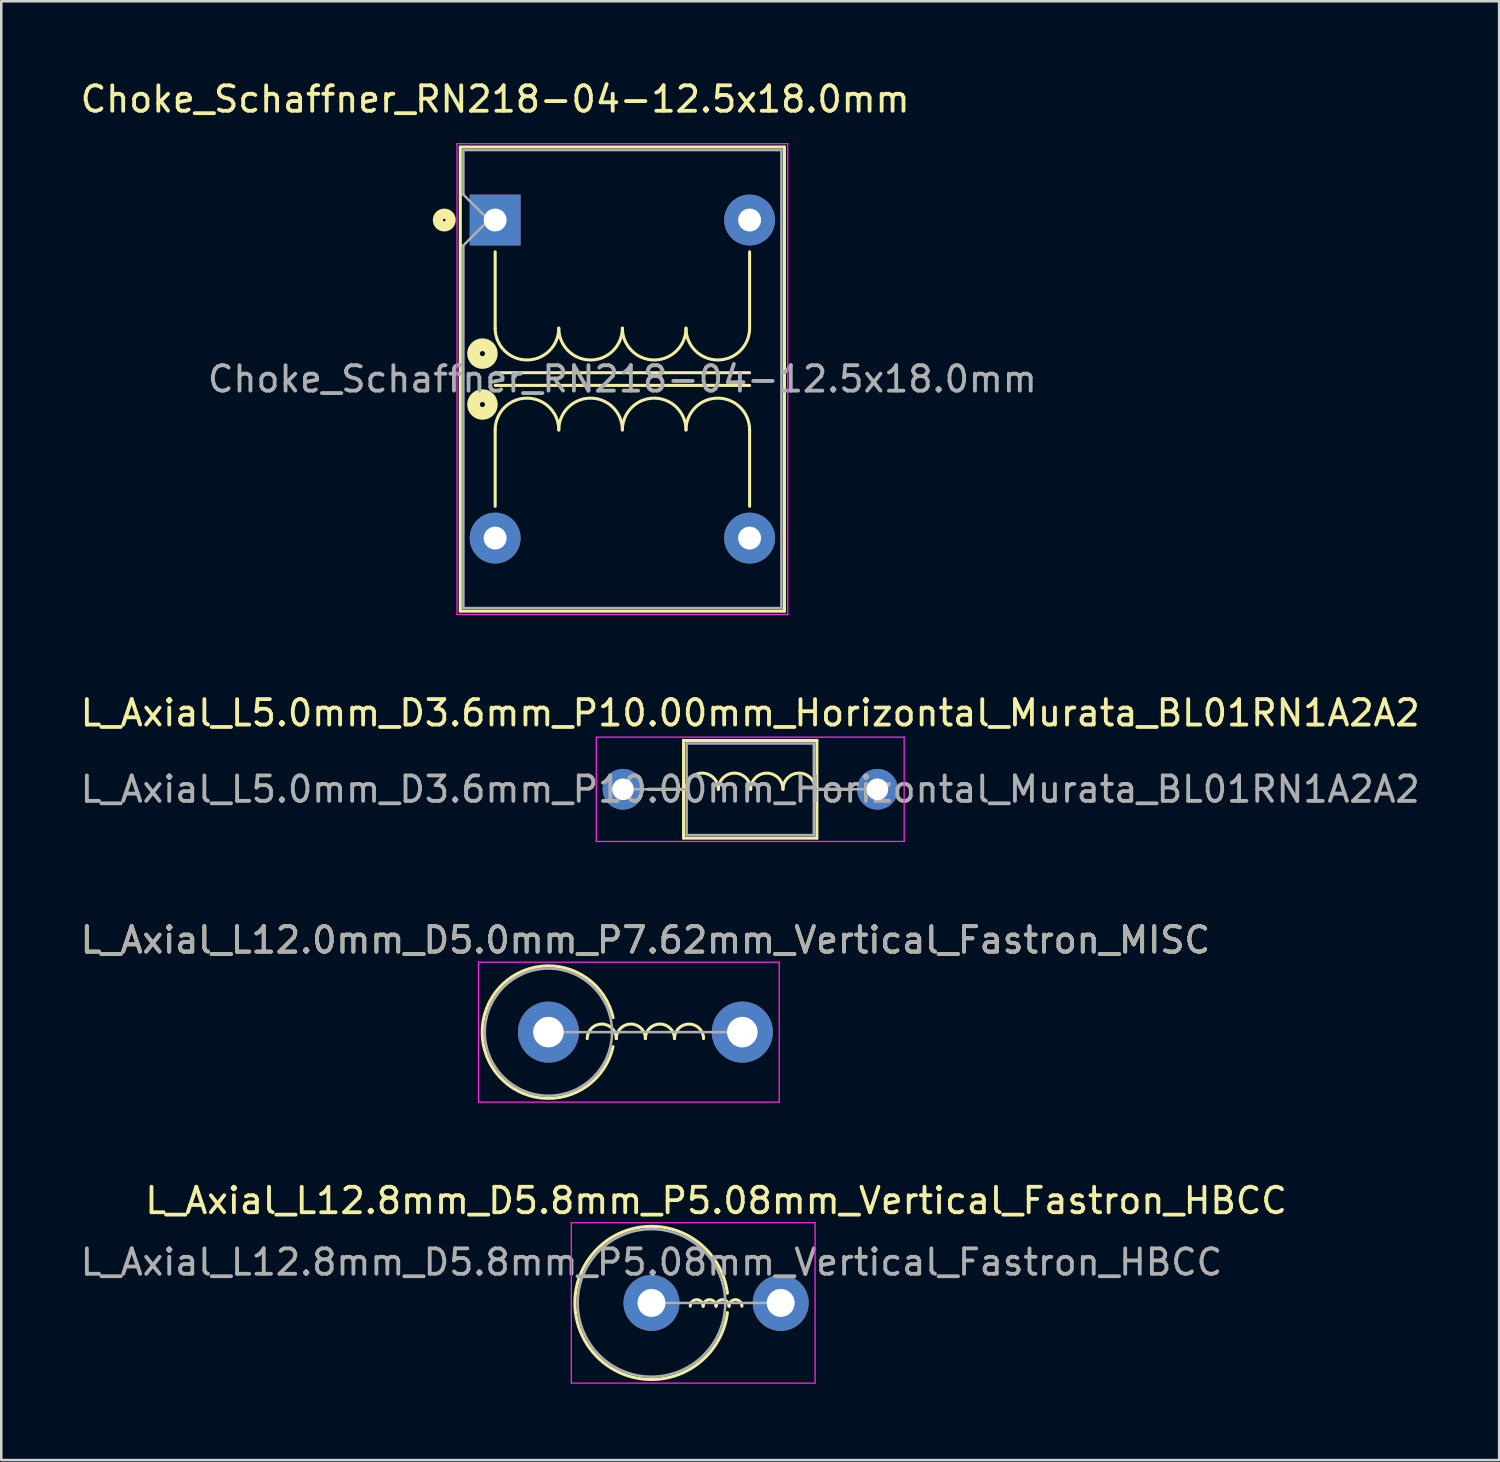
<source format=kicad_pcb>
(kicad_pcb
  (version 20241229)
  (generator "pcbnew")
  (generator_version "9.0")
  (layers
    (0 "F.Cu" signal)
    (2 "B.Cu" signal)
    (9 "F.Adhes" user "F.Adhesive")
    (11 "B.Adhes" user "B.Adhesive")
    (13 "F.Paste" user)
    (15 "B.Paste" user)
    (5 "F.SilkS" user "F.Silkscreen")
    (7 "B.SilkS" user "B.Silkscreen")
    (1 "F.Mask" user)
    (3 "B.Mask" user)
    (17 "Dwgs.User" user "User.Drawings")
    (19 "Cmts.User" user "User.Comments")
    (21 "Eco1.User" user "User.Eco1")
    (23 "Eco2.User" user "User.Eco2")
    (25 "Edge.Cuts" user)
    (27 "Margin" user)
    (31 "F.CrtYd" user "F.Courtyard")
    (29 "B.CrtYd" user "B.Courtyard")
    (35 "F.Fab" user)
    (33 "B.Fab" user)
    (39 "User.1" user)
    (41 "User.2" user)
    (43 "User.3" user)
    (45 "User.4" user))
  (footprint "Choke_Schaffner_RN218-04-12.5x18.0mm"
    (layer "F.Cu")
    (at 16.411 5.598)
    (property "Reference" "Choke_Schaffner_RN218-04-12.5x18.0mm" (at 0 -4.75 0) (layer "F.SilkS") (effects (font (size 1 1) (thickness 0.15))))
    (attr through_hole)
    (fp_line (start -1.37 -2.87) (end 11.37 -2.87) (stroke (width 0.12) (type solid)) (layer "F.SilkS"))
    (fp_line (start -1.37 15.37) (end -1.37 -2.87) (stroke (width 0.12) (type solid)) (layer "F.SilkS"))
    (fp_line (start 0 4.25) (end 0 1.25) (stroke (width 0.12) (type solid)) (layer "F.SilkS"))
    (fp_line (start 0 6.5) (end 10 6.5) (stroke (width 0.12) (type solid)) (layer "F.SilkS"))
    (fp_line (start 0 8.25) (end 0 11.25) (stroke (width 0.12) (type solid)) (layer "F.SilkS"))
    (fp_line (start 10 4.25) (end 10 1.25) (stroke (width 0.12) (type solid)) (layer "F.SilkS"))
    (fp_line (start 10 6) (end 0 6) (stroke (width 0.12) (type solid)) (layer "F.SilkS"))
    (fp_line (start 10 8.25) (end 10 11.25) (stroke (width 0.12) (type solid)) (layer "F.SilkS"))
    (fp_line (start 11.37 -2.87) (end 11.37 15.37) (stroke (width 0.12) (type solid)) (layer "F.SilkS"))
    (fp_line (start 11.37 15.37) (end -1.37 15.37) (stroke (width 0.12) (type solid)) (layer "F.SilkS"))
    (fp_arc (start 0 8.25) (mid 1.25 7) (end 2.5 8.25) (stroke (width 0.12) (type solid)) (layer "F.SilkS"))
    (fp_arc (start 2.5 4.25) (mid 1.25 5.5) (end 0 4.25) (stroke (width 0.12) (type solid)) (layer "F.SilkS"))
    (fp_arc (start 2.5 8.25) (mid 3.75 7) (end 5 8.25) (stroke (width 0.12) (type solid)) (layer "F.SilkS"))
    (fp_arc (start 5 4.25) (mid 3.75 5.5) (end 2.5 4.25) (stroke (width 0.12) (type solid)) (layer "F.SilkS"))
    (fp_arc (start 5 8.25) (mid 6.25 7) (end 7.5 8.25) (stroke (width 0.12) (type solid)) (layer "F.SilkS"))
    (fp_arc (start 7.5 4.25) (mid 6.25 5.5) (end 5 4.25) (stroke (width 0.12) (type solid)) (layer "F.SilkS"))
    (fp_arc (start 7.5 8.25) (mid 8.75 7) (end 10 8.25) (stroke (width 0.12) (type solid)) (layer "F.SilkS"))
    (fp_arc (start 10 4.25) (mid 8.75 5.5) (end 7.5 4.25) (stroke (width 0.12) (type solid)) (layer "F.SilkS"))
    (fp_circle (center -2 0) (end -1.95 0) (stroke (width 0.4) (type solid)) (fill no) (layer "F.SilkS"))
    (fp_circle (center -0.5 5.25) (end -0.4 5.25) (stroke (width 0.5) (type solid)) (fill no) (layer "F.SilkS"))
    (fp_circle (center -0.5 7.25) (end -0.4 7.25) (stroke (width 0.5) (type solid)) (fill no) (layer "F.SilkS"))
    (fp_line (start -1.5 -3) (end -1.5 15.5) (stroke (width 0.05) (type solid)) (layer "F.CrtYd"))
    (fp_line (start -1.5 15.5) (end 11.5 15.5) (stroke (width 0.05) (type solid)) (layer "F.CrtYd"))
    (fp_line (start 11.5 -3) (end -1.5 -3) (stroke (width 0.05) (type solid)) (layer "F.CrtYd"))
    (fp_line (start 11.5 15.5) (end 11.5 -3) (stroke (width 0.05) (type solid)) (layer "F.CrtYd"))
    (fp_line (start -1.25 -2.75) (end 11.25 -2.75) (stroke (width 0.1) (type solid)) (layer "F.Fab"))
    (fp_line (start -1.25 -1) (end -1.25 -2.75) (stroke (width 0.1) (type solid)) (layer "F.Fab"))
    (fp_line (start -1.25 1) (end -0.25 0) (stroke (width 0.1) (type solid)) (layer "F.Fab"))
    (fp_line (start -1.25 15.25) (end -1.25 1) (stroke (width 0.1) (type solid)) (layer "F.Fab"))
    (fp_line (start -0.25 0) (end -1.25 -1) (stroke (width 0.1) (type solid)) (layer "F.Fab"))
    (fp_line (start 11.25 -2.75) (end 11.25 15.25) (stroke (width 0.1) (type solid)) (layer "F.Fab"))
    (fp_line (start 11.25 15.25) (end -1.25 15.25) (stroke (width 0.1) (type solid)) (layer "F.Fab"))
    (fp_text user "${REFERENCE}" (at 5 6.25 0) (layer "F.Fab") (effects (font (size 1 1) (thickness 0.15))))
    (pad "1" thru_hole rect (at 0 0) (size 2 2) (drill 0.9) (layers "*.Cu" "*.Mask"))
    (pad "2" thru_hole circle (at 10 0) (size 2 2) (drill 0.9) (layers "*.Cu" "*.Mask"))
    (pad "3" thru_hole circle (at 0 12.5) (size 2 2) (drill 0.9) (layers "*.Cu" "*.Mask"))
    (pad "4" thru_hole circle (at 10 12.5) (size 2 2) (drill 0.9) (layers "*.Cu" "*.Mask")))
  (footprint "L_Axial_L12.0mm_D5.0mm_P7.62mm_Vertical_Fastron_MISC"
    (layer "F.Cu")
    (at 18.505 37.515)
    (property "Reference" "L_Axial_L12.0mm_D5.0mm_P7.62mm_Vertical_Fastron_MISC" (at 3.81 -3.62 0) (layer "F.SilkS") (effects (font (size 1 1) (thickness 0.15))))
    (attr through_hole)
    (fp_arc (start 1.524 0.254) (mid 2.0955 -0.3175) (end 2.667 0.254) (stroke (width 0.12) (type solid)) (layer "F.SilkS"))
    (fp_arc (start 2.54 0.5715) (mid -2.6035 0) (end 2.54 -0.5715) (stroke (width 0.12) (type solid)) (layer "F.SilkS"))
    (fp_arc (start 2.667 0.254) (mid 3.2385 -0.3175) (end 3.81 0.254) (stroke (width 0.12) (type solid)) (layer "F.SilkS"))
    (fp_arc (start 3.81 0.254) (mid 4.3815 -0.3175) (end 4.953 0.254) (stroke (width 0.12) (type solid)) (layer "F.SilkS"))
    (fp_arc (start 4.953 0.254) (mid 5.5245 -0.3175) (end 6.096 0.254) (stroke (width 0.12) (type solid)) (layer "F.SilkS"))
    (fp_line (start -2.75 -2.75) (end -2.75 2.75) (stroke (width 0.05) (type solid)) (layer "F.CrtYd"))
    (fp_line (start -2.75 2.75) (end 9.07 2.75) (stroke (width 0.05) (type solid)) (layer "F.CrtYd"))
    (fp_line (start 9.07 -2.75) (end -2.75 -2.75) (stroke (width 0.05) (type solid)) (layer "F.CrtYd"))
    (fp_line (start 9.07 2.75) (end 9.07 -2.75) (stroke (width 0.05) (type solid)) (layer "F.CrtYd"))
    (fp_line (start 0 0) (end 7.62 0) (stroke (width 0.1) (type solid)) (layer "F.Fab"))
    (fp_circle (center 0 0) (end 2.5 0) (stroke (width 0.1) (type solid)) (fill no) (layer "F.Fab"))
    (fp_text user "${REFERENCE}" (at 3.81 -3.62 0) (layer "F.Fab") (effects (font (size 1 1) (thickness 0.15))))
    (pad "1" thru_hole circle (at 0 0) (size 2.4 2.4) (drill 1.2) (layers "*.Cu" "*.Mask"))
    (pad "2" thru_hole oval (at 7.62 0) (size 2.4 2.4) (drill 1.2) (layers "*.Cu" "*.Mask")))
  (footprint "L_Axial_L12.8mm_D5.8mm_P5.08mm_Vertical_Fastron_HBCC"
    (layer "F.Cu")
    (at 22.554 48.158)
    (property "Reference" "L_Axial_L12.8mm_D5.8mm_P5.08mm_Vertical_Fastron_HBCC" (at 2.54 -4.02 0) (layer "F.SilkS") (effects (font (size 1 1) (thickness 0.15))))
    (attr through_hole)
    (fp_arc (start 1.524 0.127) (mid 1.778 -0.127) (end 2.032 0.127) (stroke (width 0.12) (type solid)) (layer "F.SilkS"))
    (fp_arc (start 2.032 0.127) (mid 2.286 -0.127) (end 2.54 0.127) (stroke (width 0.12) (type solid)) (layer "F.SilkS"))
    (fp_arc (start 2.54 0.127) (mid 2.794 -0.127) (end 3.048 0.127) (stroke (width 0.12) (type solid)) (layer "F.SilkS"))
    (fp_arc (start 2.9845 0.381) (mid -3.008721 0) (end 2.9845 -0.381) (stroke (width 0.12) (type solid)) (layer "F.SilkS"))
    (fp_arc (start 3.048 0.127) (mid 3.302 -0.127) (end 3.556 0.127) (stroke (width 0.12) (type solid)) (layer "F.SilkS"))
    (fp_line (start -3.15 -3.15) (end -3.15 3.15) (stroke (width 0.05) (type solid)) (layer "F.CrtYd"))
    (fp_line (start -3.15 3.15) (end 6.43 3.15) (stroke (width 0.05) (type solid)) (layer "F.CrtYd"))
    (fp_line (start 6.43 -3.15) (end -3.15 -3.15) (stroke (width 0.05) (type solid)) (layer "F.CrtYd"))
    (fp_line (start 6.43 3.15) (end 6.43 -3.15) (stroke (width 0.05) (type solid)) (layer "F.CrtYd"))
    (fp_line (start 0 0) (end 5.08 0) (stroke (width 0.1) (type solid)) (layer "F.Fab"))
    (fp_circle (center 0 0) (end 2.9 0) (stroke (width 0.1) (type solid)) (fill no) (layer "F.Fab"))
    (fp_text user "${REFERENCE}" (at 0 -1.6 0) (layer "F.Fab") (effects (font (size 1 1) (thickness 0.15))))
    (pad "1" thru_hole circle (at 0 0) (size 2.2 2.2) (drill 1.1) (layers "*.Cu" "*.Mask"))
    (pad "2" thru_hole oval (at 5.08 0) (size 2.2 2.2) (drill 1.1) (layers "*.Cu" "*.Mask")))
  (footprint "L_Axial_L5.0mm_D3.6mm_P10.00mm_Horizontal_Murata_BL01RN1A2A2"
    (layer "F.Cu")
    (at 21.435 27.971)
    (property "Reference" "L_Axial_L5.0mm_D3.6mm_P10.00mm_Horizontal_Murata_BL01RN1A2A2" (at 5 -3 0) (layer "F.SilkS") (effects (font (size 1 1) (thickness 0.15))))
    (attr through_hole)
    (fp_line (start 1 0) (end 2.38 0) (stroke (width 0.12) (type solid)) (layer "F.SilkS"))
    (fp_line (start 2.38 -1.92) (end 2.38 1.92) (stroke (width 0.12) (type solid)) (layer "F.SilkS"))
    (fp_line (start 2.38 1.92) (end 7.62 1.92) (stroke (width 0.12) (type solid)) (layer "F.SilkS"))
    (fp_line (start 2.477 0) (end 2.349 0) (stroke (width 0.12) (type solid)) (layer "F.SilkS"))
    (fp_line (start 7.556 0) (end 7.62 0) (stroke (width 0.12) (type solid)) (layer "F.SilkS"))
    (fp_line (start 7.62 -1.92) (end 2.38 -1.92) (stroke (width 0.12) (type solid)) (layer "F.SilkS"))
    (fp_line (start 7.62 1.92) (end 7.62 -1.92) (stroke (width 0.12) (type solid)) (layer "F.SilkS"))
    (fp_line (start 9 0) (end 7.62 0) (stroke (width 0.12) (type solid)) (layer "F.SilkS"))
    (fp_arc (start 2.4765 0) (mid 3.1115 -0.635) (end 3.7465 0) (stroke (width 0.12) (type solid)) (layer "F.SilkS"))
    (fp_arc (start 3.7465 0) (mid 4.3815 -0.635) (end 5.0165 0) (stroke (width 0.12) (type solid)) (layer "F.SilkS"))
    (fp_arc (start 5.0165 0) (mid 5.6515 -0.635) (end 6.2865 0) (stroke (width 0.12) (type solid)) (layer "F.SilkS"))
    (fp_arc (start 6.2865 0) (mid 6.9215 -0.635) (end 7.5565 0) (stroke (width 0.12) (type solid)) (layer "F.SilkS"))
    (fp_line (start -1.05 -2.05) (end -1.05 2.05) (stroke (width 0.05) (type solid)) (layer "F.CrtYd"))
    (fp_line (start -1.05 2.05) (end 11.05 2.05) (stroke (width 0.05) (type solid)) (layer "F.CrtYd"))
    (fp_line (start 11.05 -2.05) (end -1.05 -2.05) (stroke (width 0.05) (type solid)) (layer "F.CrtYd"))
    (fp_line (start 11.05 2.05) (end 11.05 -2.05) (stroke (width 0.05) (type solid)) (layer "F.CrtYd"))
    (fp_line (start 0 0) (end 2.5 0) (stroke (width 0.1) (type solid)) (layer "F.Fab"))
    (fp_line (start 2.5 -1.8) (end 2.5 1.8) (stroke (width 0.1) (type solid)) (layer "F.Fab"))
    (fp_line (start 2.5 1.8) (end 7.5 1.8) (stroke (width 0.1) (type solid)) (layer "F.Fab"))
    (fp_line (start 7.5 -1.8) (end 2.5 -1.8) (stroke (width 0.1) (type solid)) (layer "F.Fab"))
    (fp_line (start 7.5 1.8) (end 7.5 -1.8) (stroke (width 0.1) (type solid)) (layer "F.Fab"))
    (fp_line (start 10 0) (end 7.5 0) (stroke (width 0.1) (type solid)) (layer "F.Fab"))
    (fp_text user "${REFERENCE}" (at 5 0 0) (layer "F.Fab") (effects (font (size 1 1) (thickness 0.15))))
    (pad "1" thru_hole circle (at 0 0) (size 1.6 1.6) (drill 0.85) (layers "*.Cu" "*.Mask"))
    (pad "2" thru_hole oval (at 10 0) (size 1.6 1.6) (drill 0.85) (layers "*.Cu" "*.Mask")))
  (gr_rect
    (start -3 -3)
    (end 55.869 54.333)
    (stroke (width 0.1) (type default))
    (fill no)
    (layer "Edge.Cuts")))
</source>
